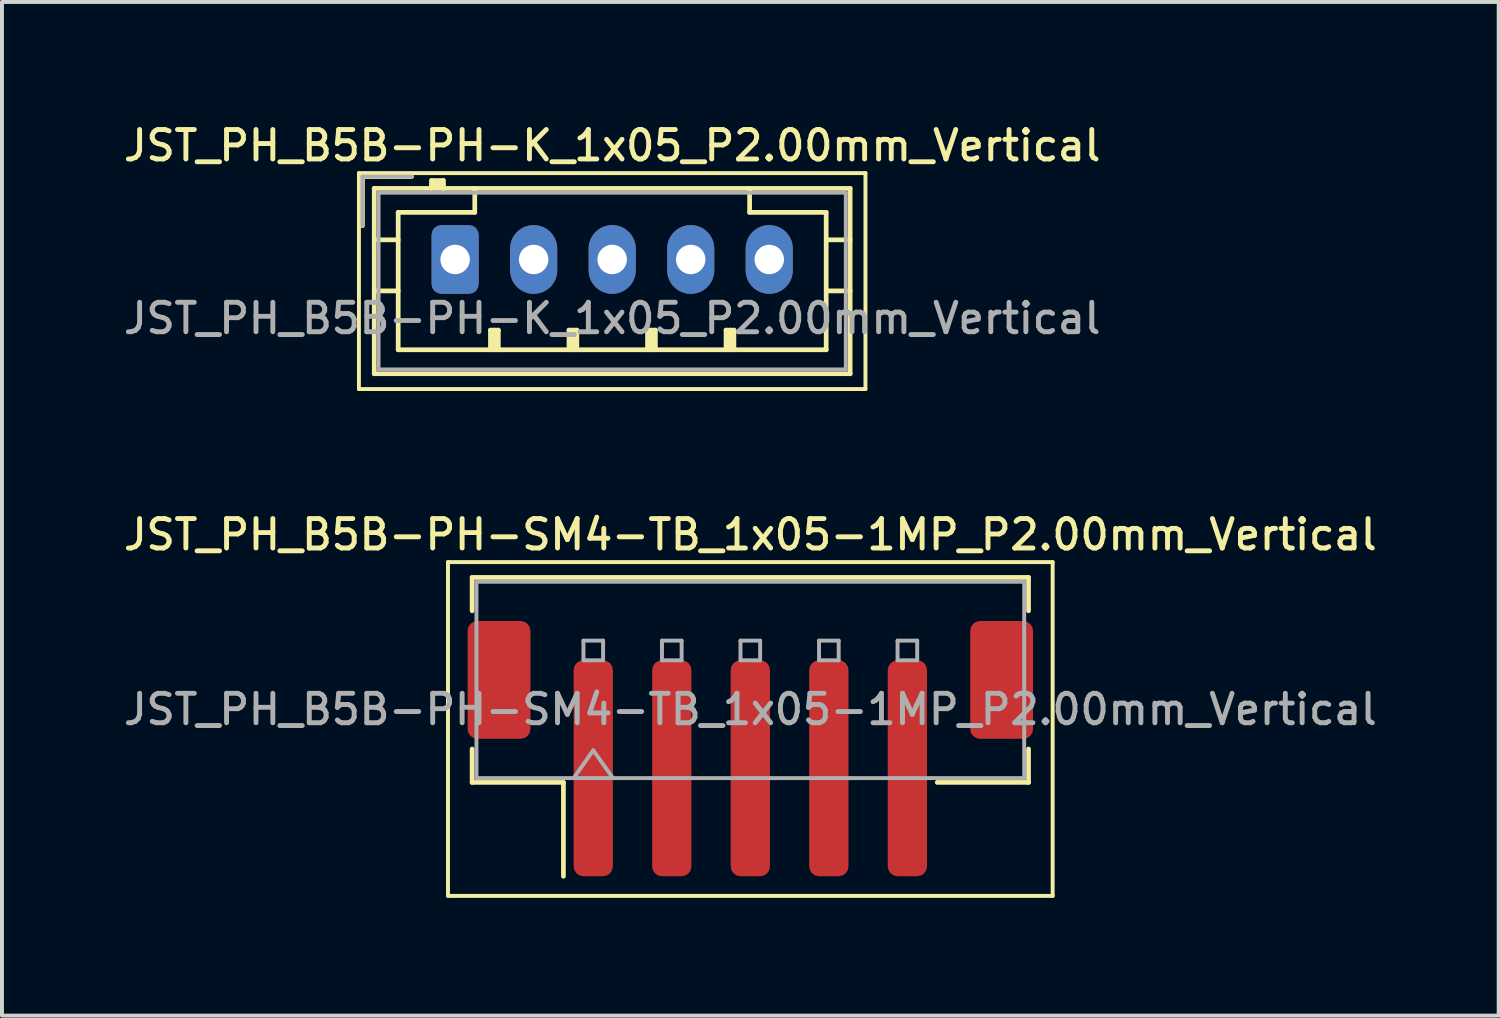
<source format=kicad_pcb>
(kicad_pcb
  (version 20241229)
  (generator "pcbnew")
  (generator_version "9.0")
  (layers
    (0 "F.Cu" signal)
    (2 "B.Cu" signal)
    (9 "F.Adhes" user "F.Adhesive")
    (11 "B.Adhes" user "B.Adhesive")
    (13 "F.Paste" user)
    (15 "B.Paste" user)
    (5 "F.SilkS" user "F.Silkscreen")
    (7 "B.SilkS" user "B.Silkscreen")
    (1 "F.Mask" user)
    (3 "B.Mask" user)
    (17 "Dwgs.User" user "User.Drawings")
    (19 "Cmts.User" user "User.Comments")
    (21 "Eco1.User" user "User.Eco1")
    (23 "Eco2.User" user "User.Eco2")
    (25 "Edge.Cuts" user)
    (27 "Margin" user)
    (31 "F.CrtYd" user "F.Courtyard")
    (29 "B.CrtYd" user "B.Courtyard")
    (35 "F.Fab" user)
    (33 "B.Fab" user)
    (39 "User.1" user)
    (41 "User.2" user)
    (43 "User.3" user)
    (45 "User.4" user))
  (footprint "JST_PH_B5B-PH-SM4-TB_1x05-1MP_P2.00mm_Vertical"
    (layer "F.Cu")
    (at 16.059 16.016)
    (property "Reference" "JST_PH_B5B-PH-SM4-TB_1x05-1MP_P2.00mm_Vertical" (at 0 -5.45 0) (layer "F.SilkS") (effects (font (size 0.75 0.75) (thickness 0.125))))
    (attr smd)
    (fp_line (start -7.7 -4.75) (end -7.7 3.75) (stroke (width 0.1) (type solid)) (layer "F.SilkS"))
    (fp_line (start -7.7 3.75) (end 7.7 3.75) (stroke (width 0.1) (type solid)) (layer "F.SilkS"))
    (fp_line (start -7.085 -4.36) (end 7.085 -4.36) (stroke (width 0.12) (type solid)) (layer "F.SilkS"))
    (fp_line (start -7.085 -3.51) (end -7.085 -4.36) (stroke (width 0.12) (type solid)) (layer "F.SilkS"))
    (fp_line (start -7.085 0.01) (end -7.085 0.86) (stroke (width 0.12) (type solid)) (layer "F.SilkS"))
    (fp_line (start -7.085 0.86) (end -4.76 0.86) (stroke (width 0.12) (type solid)) (layer "F.SilkS"))
    (fp_line (start -4.76 0.86) (end -4.76 3.25) (stroke (width 0.12) (type solid)) (layer "F.SilkS"))
    (fp_line (start 7.085 -4.36) (end 7.085 -3.51) (stroke (width 0.12) (type solid)) (layer "F.SilkS"))
    (fp_line (start 7.085 0.01) (end 7.085 0.86) (stroke (width 0.12) (type solid)) (layer "F.SilkS"))
    (fp_line (start 7.085 0.86) (end 4.76 0.86) (stroke (width 0.12) (type solid)) (layer "F.SilkS"))
    (fp_line (start 7.7 -4.75) (end -7.7 -4.75) (stroke (width 0.1) (type solid)) (layer "F.SilkS"))
    (fp_line (start 7.7 3.75) (end 7.7 -4.75) (stroke (width 0.1) (type solid)) (layer "F.SilkS"))
    (fp_line (start -6.975 -4.25) (end 6.975 -4.25) (stroke (width 0.1) (type solid)) (layer "F.Fab"))
    (fp_line (start -6.975 0.75) (end -6.975 -4.25) (stroke (width 0.1) (type solid)) (layer "F.Fab"))
    (fp_line (start -6.975 0.75) (end 6.975 0.75) (stroke (width 0.1) (type solid)) (layer "F.Fab"))
    (fp_line (start -4.5 0.75) (end -4 0.043) (stroke (width 0.1) (type solid)) (layer "F.Fab"))
    (fp_line (start -4.25 -2.75) (end -4.25 -2.25) (stroke (width 0.1) (type solid)) (layer "F.Fab"))
    (fp_line (start -4.25 -2.25) (end -3.75 -2.25) (stroke (width 0.1) (type solid)) (layer "F.Fab"))
    (fp_line (start -4 0.043) (end -3.5 0.75) (stroke (width 0.1) (type solid)) (layer "F.Fab"))
    (fp_line (start -3.75 -2.75) (end -4.25 -2.75) (stroke (width 0.1) (type solid)) (layer "F.Fab"))
    (fp_line (start -3.75 -2.25) (end -3.75 -2.75) (stroke (width 0.1) (type solid)) (layer "F.Fab"))
    (fp_line (start -2.25 -2.75) (end -2.25 -2.25) (stroke (width 0.1) (type solid)) (layer "F.Fab"))
    (fp_line (start -2.25 -2.25) (end -1.75 -2.25) (stroke (width 0.1) (type solid)) (layer "F.Fab"))
    (fp_line (start -1.75 -2.75) (end -2.25 -2.75) (stroke (width 0.1) (type solid)) (layer "F.Fab"))
    (fp_line (start -1.75 -2.25) (end -1.75 -2.75) (stroke (width 0.1) (type solid)) (layer "F.Fab"))
    (fp_line (start -0.25 -2.75) (end -0.25 -2.25) (stroke (width 0.1) (type solid)) (layer "F.Fab"))
    (fp_line (start -0.25 -2.25) (end 0.25 -2.25) (stroke (width 0.1) (type solid)) (layer "F.Fab"))
    (fp_line (start 0.25 -2.75) (end -0.25 -2.75) (stroke (width 0.1) (type solid)) (layer "F.Fab"))
    (fp_line (start 0.25 -2.25) (end 0.25 -2.75) (stroke (width 0.1) (type solid)) (layer "F.Fab"))
    (fp_line (start 1.75 -2.75) (end 1.75 -2.25) (stroke (width 0.1) (type solid)) (layer "F.Fab"))
    (fp_line (start 1.75 -2.25) (end 2.25 -2.25) (stroke (width 0.1) (type solid)) (layer "F.Fab"))
    (fp_line (start 2.25 -2.75) (end 1.75 -2.75) (stroke (width 0.1) (type solid)) (layer "F.Fab"))
    (fp_line (start 2.25 -2.25) (end 2.25 -2.75) (stroke (width 0.1) (type solid)) (layer "F.Fab"))
    (fp_line (start 3.75 -2.75) (end 3.75 -2.25) (stroke (width 0.1) (type solid)) (layer "F.Fab"))
    (fp_line (start 3.75 -2.25) (end 4.25 -2.25) (stroke (width 0.1) (type solid)) (layer "F.Fab"))
    (fp_line (start 4.25 -2.75) (end 3.75 -2.75) (stroke (width 0.1) (type solid)) (layer "F.Fab"))
    (fp_line (start 4.25 -2.25) (end 4.25 -2.75) (stroke (width 0.1) (type solid)) (layer "F.Fab"))
    (fp_line (start 6.975 0.75) (end 6.975 -4.25) (stroke (width 0.1) (type solid)) (layer "F.Fab"))
    (fp_text user "${REFERENCE}" (at 0 -1 0) (layer "F.Fab") (effects (font (size 0.75 0.75) (thickness 0.125))))
    (pad "1" smd roundrect (at -4 0.5) (size 1 5.5) (layers "F.Cu" "F.Mask" "F.Paste") (roundrect_rratio 0.25))
    (pad "2" smd roundrect (at -2 0.5) (size 1 5.5) (layers "F.Cu" "F.Mask" "F.Paste") (roundrect_rratio 0.25))
    (pad "3" smd roundrect (at 0 0.5) (size 1 5.5) (layers "F.Cu" "F.Mask" "F.Paste") (roundrect_rratio 0.25))
    (pad "4" smd roundrect (at 2 0.5) (size 1 5.5) (layers "F.Cu" "F.Mask" "F.Paste") (roundrect_rratio 0.25))
    (pad "5" smd roundrect (at 4 0.5) (size 1 5.5) (layers "F.Cu" "F.Mask" "F.Paste") (roundrect_rratio 0.25))
    (pad "MP" smd roundrect (at -6.4 -1.75) (size 1.6 3) (layers "F.Cu" "F.Mask" "F.Paste") (roundrect_rratio 0.156))
    (pad "MP" smd roundrect (at 6.4 -1.75) (size 1.6 3) (layers "F.Cu" "F.Mask" "F.Paste") (roundrect_rratio 0.156)))
  (footprint "JST_PH_B5B-PH-K_1x05_P2.00mm_Vertical"
    (layer "F.Cu")
    (at 8.541 3.558)
    (property "Reference" "JST_PH_B5B-PH-K_1x05_P2.00mm_Vertical" (at 4 -2.9 0) (layer "F.SilkS") (effects (font (size 0.75 0.75) (thickness 0.125))))
    (attr through_hole)
    (fp_line (start -2.45 -2.2) (end -2.45 3.3) (stroke (width 0.1) (type solid)) (layer "F.SilkS"))
    (fp_line (start -2.45 3.3) (end 10.45 3.3) (stroke (width 0.1) (type solid)) (layer "F.SilkS"))
    (fp_line (start -2.36 -2.11) (end -2.36 -0.86) (stroke (width 0.12) (type solid)) (layer "F.SilkS"))
    (fp_line (start -2.06 -1.81) (end -2.06 2.91) (stroke (width 0.12) (type solid)) (layer "F.SilkS"))
    (fp_line (start -2.06 -0.5) (end -1.45 -0.5) (stroke (width 0.12) (type solid)) (layer "F.SilkS"))
    (fp_line (start -2.06 0.8) (end -1.45 0.8) (stroke (width 0.12) (type solid)) (layer "F.SilkS"))
    (fp_line (start -2.06 2.91) (end 10.06 2.91) (stroke (width 0.12) (type solid)) (layer "F.SilkS"))
    (fp_line (start -1.45 -1.2) (end -1.45 2.3) (stroke (width 0.12) (type solid)) (layer "F.SilkS"))
    (fp_line (start -1.45 2.3) (end 9.45 2.3) (stroke (width 0.12) (type solid)) (layer "F.SilkS"))
    (fp_line (start -1.11 -2.11) (end -2.36 -2.11) (stroke (width 0.12) (type solid)) (layer "F.SilkS"))
    (fp_line (start -0.6 -2.01) (end -0.6 -1.81) (stroke (width 0.12) (type solid)) (layer "F.SilkS"))
    (fp_line (start -0.3 -2.01) (end -0.6 -2.01) (stroke (width 0.12) (type solid)) (layer "F.SilkS"))
    (fp_line (start -0.3 -1.91) (end -0.6 -1.91) (stroke (width 0.12) (type solid)) (layer "F.SilkS"))
    (fp_line (start -0.3 -1.81) (end -0.3 -2.01) (stroke (width 0.12) (type solid)) (layer "F.SilkS"))
    (fp_line (start 0.5 -1.81) (end 0.5 -1.2) (stroke (width 0.12) (type solid)) (layer "F.SilkS"))
    (fp_line (start 0.5 -1.2) (end -1.45 -1.2) (stroke (width 0.12) (type solid)) (layer "F.SilkS"))
    (fp_line (start 0.9 1.8) (end 1.1 1.8) (stroke (width 0.12) (type solid)) (layer "F.SilkS"))
    (fp_line (start 0.9 2.3) (end 0.9 1.8) (stroke (width 0.12) (type solid)) (layer "F.SilkS"))
    (fp_line (start 1 2.3) (end 1 1.8) (stroke (width 0.12) (type solid)) (layer "F.SilkS"))
    (fp_line (start 1.1 1.8) (end 1.1 2.3) (stroke (width 0.12) (type solid)) (layer "F.SilkS"))
    (fp_line (start 2.9 1.8) (end 3.1 1.8) (stroke (width 0.12) (type solid)) (layer "F.SilkS"))
    (fp_line (start 2.9 2.3) (end 2.9 1.8) (stroke (width 0.12) (type solid)) (layer "F.SilkS"))
    (fp_line (start 3 2.3) (end 3 1.8) (stroke (width 0.12) (type solid)) (layer "F.SilkS"))
    (fp_line (start 3.1 1.8) (end 3.1 2.3) (stroke (width 0.12) (type solid)) (layer "F.SilkS"))
    (fp_line (start 4.9 1.8) (end 5.1 1.8) (stroke (width 0.12) (type solid)) (layer "F.SilkS"))
    (fp_line (start 4.9 2.3) (end 4.9 1.8) (stroke (width 0.12) (type solid)) (layer "F.SilkS"))
    (fp_line (start 5 2.3) (end 5 1.8) (stroke (width 0.12) (type solid)) (layer "F.SilkS"))
    (fp_line (start 5.1 1.8) (end 5.1 2.3) (stroke (width 0.12) (type solid)) (layer "F.SilkS"))
    (fp_line (start 6.9 1.8) (end 7.1 1.8) (stroke (width 0.12) (type solid)) (layer "F.SilkS"))
    (fp_line (start 6.9 2.3) (end 6.9 1.8) (stroke (width 0.12) (type solid)) (layer "F.SilkS"))
    (fp_line (start 7 2.3) (end 7 1.8) (stroke (width 0.12) (type solid)) (layer "F.SilkS"))
    (fp_line (start 7.1 1.8) (end 7.1 2.3) (stroke (width 0.12) (type solid)) (layer "F.SilkS"))
    (fp_line (start 7.5 -1.2) (end 7.5 -1.81) (stroke (width 0.12) (type solid)) (layer "F.SilkS"))
    (fp_line (start 9.45 -1.2) (end 7.5 -1.2) (stroke (width 0.12) (type solid)) (layer "F.SilkS"))
    (fp_line (start 9.45 2.3) (end 9.45 -1.2) (stroke (width 0.12) (type solid)) (layer "F.SilkS"))
    (fp_line (start 10.06 -1.81) (end -2.06 -1.81) (stroke (width 0.12) (type solid)) (layer "F.SilkS"))
    (fp_line (start 10.06 -0.5) (end 9.45 -0.5) (stroke (width 0.12) (type solid)) (layer "F.SilkS"))
    (fp_line (start 10.06 0.8) (end 9.45 0.8) (stroke (width 0.12) (type solid)) (layer "F.SilkS"))
    (fp_line (start 10.06 2.91) (end 10.06 -1.81) (stroke (width 0.12) (type solid)) (layer "F.SilkS"))
    (fp_line (start 10.45 -2.2) (end -2.45 -2.2) (stroke (width 0.1) (type solid)) (layer "F.SilkS"))
    (fp_line (start 10.45 3.3) (end 10.45 -2.2) (stroke (width 0.1) (type solid)) (layer "F.SilkS"))
    (fp_line (start -2.36 -2.11) (end -2.36 -0.86) (stroke (width 0.1) (type solid)) (layer "F.Fab"))
    (fp_line (start -1.95 -1.7) (end -1.95 2.8) (stroke (width 0.1) (type solid)) (layer "F.Fab"))
    (fp_line (start -1.95 2.8) (end 9.95 2.8) (stroke (width 0.1) (type solid)) (layer "F.Fab"))
    (fp_line (start -1.11 -2.11) (end -2.36 -2.11) (stroke (width 0.1) (type solid)) (layer "F.Fab"))
    (fp_line (start 9.95 -1.7) (end -1.95 -1.7) (stroke (width 0.1) (type solid)) (layer "F.Fab"))
    (fp_line (start 9.95 2.8) (end 9.95 -1.7) (stroke (width 0.1) (type solid)) (layer "F.Fab"))
    (fp_text user "${REFERENCE}" (at 4 1.5 0) (layer "F.Fab") (effects (font (size 0.75 0.75) (thickness 0.125))))
    (pad "1" thru_hole roundrect (at 0 0) (size 1.2 1.75) (drill 0.75) (layers "*.Cu" "*.Mask") (roundrect_rratio 0.208))
    (pad "2" thru_hole oval (at 2 0) (size 1.2 1.75) (drill 0.75) (layers "*.Cu" "*.Mask"))
    (pad "3" thru_hole oval (at 4 0) (size 1.2 1.75) (drill 0.75) (layers "*.Cu" "*.Mask"))
    (pad "4" thru_hole oval (at 6 0) (size 1.2 1.75) (drill 0.75) (layers "*.Cu" "*.Mask"))
    (pad "5" thru_hole oval (at 8 0) (size 1.2 1.75) (drill 0.75) (layers "*.Cu" "*.Mask")))
  (gr_rect
    (start -3 -3)
    (end 35.118 22.816)
    (stroke (width 0.1) (type default))
    (fill no)
    (layer "Edge.Cuts")))
</source>
